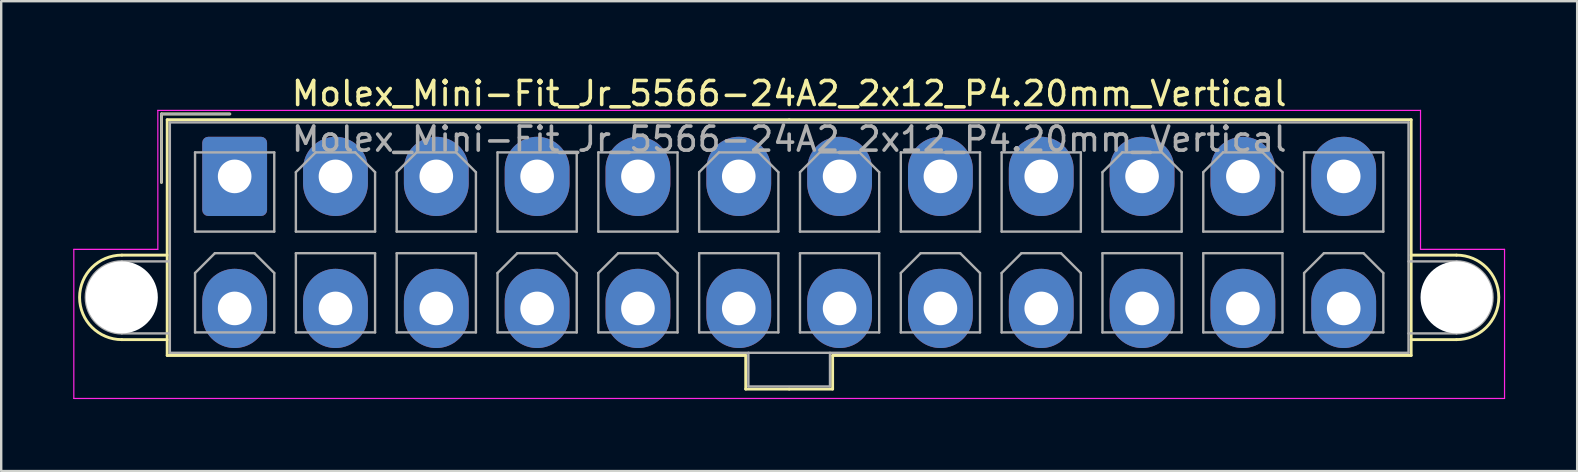
<source format=kicad_pcb>
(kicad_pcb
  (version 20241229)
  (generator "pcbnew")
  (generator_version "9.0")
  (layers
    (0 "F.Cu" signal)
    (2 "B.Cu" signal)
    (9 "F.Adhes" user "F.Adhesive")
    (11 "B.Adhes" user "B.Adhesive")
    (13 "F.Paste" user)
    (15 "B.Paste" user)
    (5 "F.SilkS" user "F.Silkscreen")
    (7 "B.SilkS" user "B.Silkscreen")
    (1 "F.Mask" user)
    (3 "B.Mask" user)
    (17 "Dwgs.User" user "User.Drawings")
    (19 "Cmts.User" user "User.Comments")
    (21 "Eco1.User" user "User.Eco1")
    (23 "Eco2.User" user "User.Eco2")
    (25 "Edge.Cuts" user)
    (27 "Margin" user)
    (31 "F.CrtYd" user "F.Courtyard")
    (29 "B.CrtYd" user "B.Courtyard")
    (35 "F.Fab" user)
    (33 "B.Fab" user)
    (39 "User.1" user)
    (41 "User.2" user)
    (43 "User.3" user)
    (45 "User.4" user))
  (footprint "Molex_Mini-Fit_Jr_5566-24A2_2x12_P4.20mm_Vertical"
    (layer "F.Cu")
    (at 6.725 4.298)
    (property "Reference" "Molex_Mini-Fit_Jr_5566-24A2_2x12_P4.20mm_Vertical" (at 23.1 -3.45 0) (layer "F.SilkS") (effects (font (size 1 1) (thickness 0.15))))
    (attr through_hole)
    (fp_line (start -4.7 3.28) (end -2.81 3.28) (stroke (width 0.12) (type solid)) (layer "F.SilkS"))
    (fp_line (start -4.7 6.8) (end -2.81 6.8) (stroke (width 0.12) (type solid)) (layer "F.SilkS"))
    (fp_line (start -3.05 -2.6) (end -3.05 0.25) (stroke (width 0.12) (type solid)) (layer "F.SilkS"))
    (fp_line (start -2.81 -2.36) (end -2.81 7.46) (stroke (width 0.12) (type solid)) (layer "F.SilkS"))
    (fp_line (start -2.81 7.46) (end 21.29 7.46) (stroke (width 0.12) (type solid)) (layer "F.SilkS"))
    (fp_line (start -0.2 -2.6) (end -3.05 -2.6) (stroke (width 0.12) (type solid)) (layer "F.SilkS"))
    (fp_line (start 21.29 7.46) (end 21.29 8.86) (stroke (width 0.12) (type solid)) (layer "F.SilkS"))
    (fp_line (start 21.29 8.86) (end 23.1 8.86) (stroke (width 0.12) (type solid)) (layer "F.SilkS"))
    (fp_line (start 23.1 -2.36) (end -2.81 -2.36) (stroke (width 0.12) (type solid)) (layer "F.SilkS"))
    (fp_line (start 23.1 -2.36) (end 49.01 -2.36) (stroke (width 0.12) (type solid)) (layer "F.SilkS"))
    (fp_line (start 24.91 7.46) (end 24.91 8.86) (stroke (width 0.12) (type solid)) (layer "F.SilkS"))
    (fp_line (start 24.91 8.86) (end 23.1 8.86) (stroke (width 0.12) (type solid)) (layer "F.SilkS"))
    (fp_line (start 49.01 -2.36) (end 49.01 7.46) (stroke (width 0.12) (type solid)) (layer "F.SilkS"))
    (fp_line (start 49.01 7.46) (end 24.91 7.46) (stroke (width 0.12) (type solid)) (layer "F.SilkS"))
    (fp_line (start 50.9 3.28) (end 49.01 3.28) (stroke (width 0.12) (type solid)) (layer "F.SilkS"))
    (fp_line (start 50.9 6.8) (end 49.01 6.8) (stroke (width 0.12) (type solid)) (layer "F.SilkS"))
    (fp_arc (start -4.7 6.8) (mid -6.46 5.04) (end -4.7 3.28) (stroke (width 0.12) (type solid)) (layer "F.SilkS"))
    (fp_arc (start 50.9 3.28) (mid 52.66 5.04) (end 50.9 6.8) (stroke (width 0.12) (type solid)) (layer "F.SilkS"))
    (fp_line (start -6.7 3.04) (end -6.7 9.25) (stroke (width 0.05) (type solid)) (layer "F.CrtYd"))
    (fp_line (start -6.7 9.25) (end 52.9 9.25) (stroke (width 0.05) (type solid)) (layer "F.CrtYd"))
    (fp_line (start -3.2 -2.75) (end -3.2 3.04) (stroke (width 0.05) (type solid)) (layer "F.CrtYd"))
    (fp_line (start -3.2 3.04) (end -6.7 3.04) (stroke (width 0.05) (type solid)) (layer "F.CrtYd"))
    (fp_line (start 49.4 -2.75) (end -3.2 -2.75) (stroke (width 0.05) (type solid)) (layer "F.CrtYd"))
    (fp_line (start 49.4 3.04) (end 49.4 -2.75) (stroke (width 0.05) (type solid)) (layer "F.CrtYd"))
    (fp_line (start 52.9 3.04) (end 49.4 3.04) (stroke (width 0.05) (type solid)) (layer "F.CrtYd"))
    (fp_line (start 52.9 9.25) (end 52.9 3.04) (stroke (width 0.05) (type solid)) (layer "F.CrtYd"))
    (fp_line (start -4.7 3.54) (end -2.7 3.54) (stroke (width 0.1) (type solid)) (layer "F.Fab"))
    (fp_line (start -4.7 6.54) (end -2.7 6.54) (stroke (width 0.1) (type solid)) (layer "F.Fab"))
    (fp_line (start -3.05 -2.6) (end -3.05 0.25) (stroke (width 0.1) (type solid)) (layer "F.Fab"))
    (fp_line (start -2.7 -2.25) (end -2.7 7.35) (stroke (width 0.1) (type solid)) (layer "F.Fab"))
    (fp_line (start -2.7 7.35) (end 48.9 7.35) (stroke (width 0.1) (type solid)) (layer "F.Fab"))
    (fp_line (start -1.65 -1) (end -1.65 2.3) (stroke (width 0.1) (type solid)) (layer "F.Fab"))
    (fp_line (start -1.65 2.3) (end 1.65 2.3) (stroke (width 0.1) (type solid)) (layer "F.Fab"))
    (fp_line (start -1.65 4.025) (end -0.825 3.2) (stroke (width 0.1) (type solid)) (layer "F.Fab"))
    (fp_line (start -1.65 6.5) (end -1.65 4.025) (stroke (width 0.1) (type solid)) (layer "F.Fab"))
    (fp_line (start -0.825 3.2) (end 0.825 3.2) (stroke (width 0.1) (type solid)) (layer "F.Fab"))
    (fp_line (start -0.2 -2.6) (end -3.05 -2.6) (stroke (width 0.1) (type solid)) (layer "F.Fab"))
    (fp_line (start 0.825 3.2) (end 1.65 4.025) (stroke (width 0.1) (type solid)) (layer "F.Fab"))
    (fp_line (start 1.65 -1) (end -1.65 -1) (stroke (width 0.1) (type solid)) (layer "F.Fab"))
    (fp_line (start 1.65 2.3) (end 1.65 -1) (stroke (width 0.1) (type solid)) (layer "F.Fab"))
    (fp_line (start 1.65 4.025) (end 1.65 6.5) (stroke (width 0.1) (type solid)) (layer "F.Fab"))
    (fp_line (start 1.65 6.5) (end -1.65 6.5) (stroke (width 0.1) (type solid)) (layer "F.Fab"))
    (fp_line (start 2.55 -0.175) (end 3.375 -1) (stroke (width 0.1) (type solid)) (layer "F.Fab"))
    (fp_line (start 2.55 2.3) (end 2.55 -0.175) (stroke (width 0.1) (type solid)) (layer "F.Fab"))
    (fp_line (start 2.55 3.2) (end 2.55 6.5) (stroke (width 0.1) (type solid)) (layer "F.Fab"))
    (fp_line (start 2.55 6.5) (end 5.85 6.5) (stroke (width 0.1) (type solid)) (layer "F.Fab"))
    (fp_line (start 3.375 -1) (end 5.025 -1) (stroke (width 0.1) (type solid)) (layer "F.Fab"))
    (fp_line (start 5.025 -1) (end 5.85 -0.175) (stroke (width 0.1) (type solid)) (layer "F.Fab"))
    (fp_line (start 5.85 -0.175) (end 5.85 2.3) (stroke (width 0.1) (type solid)) (layer "F.Fab"))
    (fp_line (start 5.85 2.3) (end 2.55 2.3) (stroke (width 0.1) (type solid)) (layer "F.Fab"))
    (fp_line (start 5.85 3.2) (end 2.55 3.2) (stroke (width 0.1) (type solid)) (layer "F.Fab"))
    (fp_line (start 5.85 6.5) (end 5.85 3.2) (stroke (width 0.1) (type solid)) (layer "F.Fab"))
    (fp_line (start 6.75 -0.175) (end 7.575 -1) (stroke (width 0.1) (type solid)) (layer "F.Fab"))
    (fp_line (start 6.75 2.3) (end 6.75 -0.175) (stroke (width 0.1) (type solid)) (layer "F.Fab"))
    (fp_line (start 6.75 3.2) (end 6.75 6.5) (stroke (width 0.1) (type solid)) (layer "F.Fab"))
    (fp_line (start 6.75 6.5) (end 10.05 6.5) (stroke (width 0.1) (type solid)) (layer "F.Fab"))
    (fp_line (start 7.575 -1) (end 9.225 -1) (stroke (width 0.1) (type solid)) (layer "F.Fab"))
    (fp_line (start 9.225 -1) (end 10.05 -0.175) (stroke (width 0.1) (type solid)) (layer "F.Fab"))
    (fp_line (start 10.05 -0.175) (end 10.05 2.3) (stroke (width 0.1) (type solid)) (layer "F.Fab"))
    (fp_line (start 10.05 2.3) (end 6.75 2.3) (stroke (width 0.1) (type solid)) (layer "F.Fab"))
    (fp_line (start 10.05 3.2) (end 6.75 3.2) (stroke (width 0.1) (type solid)) (layer "F.Fab"))
    (fp_line (start 10.05 6.5) (end 10.05 3.2) (stroke (width 0.1) (type solid)) (layer "F.Fab"))
    (fp_line (start 10.95 -1) (end 10.95 2.3) (stroke (width 0.1) (type solid)) (layer "F.Fab"))
    (fp_line (start 10.95 2.3) (end 14.25 2.3) (stroke (width 0.1) (type solid)) (layer "F.Fab"))
    (fp_line (start 10.95 4.025) (end 11.775 3.2) (stroke (width 0.1) (type solid)) (layer "F.Fab"))
    (fp_line (start 10.95 6.5) (end 10.95 4.025) (stroke (width 0.1) (type solid)) (layer "F.Fab"))
    (fp_line (start 11.775 3.2) (end 13.425 3.2) (stroke (width 0.1) (type solid)) (layer "F.Fab"))
    (fp_line (start 13.425 3.2) (end 14.25 4.025) (stroke (width 0.1) (type solid)) (layer "F.Fab"))
    (fp_line (start 14.25 -1) (end 10.95 -1) (stroke (width 0.1) (type solid)) (layer "F.Fab"))
    (fp_line (start 14.25 2.3) (end 14.25 -1) (stroke (width 0.1) (type solid)) (layer "F.Fab"))
    (fp_line (start 14.25 4.025) (end 14.25 6.5) (stroke (width 0.1) (type solid)) (layer "F.Fab"))
    (fp_line (start 14.25 6.5) (end 10.95 6.5) (stroke (width 0.1) (type solid)) (layer "F.Fab"))
    (fp_line (start 15.15 -1) (end 15.15 2.3) (stroke (width 0.1) (type solid)) (layer "F.Fab"))
    (fp_line (start 15.15 2.3) (end 18.45 2.3) (stroke (width 0.1) (type solid)) (layer "F.Fab"))
    (fp_line (start 15.15 4.025) (end 15.975 3.2) (stroke (width 0.1) (type solid)) (layer "F.Fab"))
    (fp_line (start 15.15 6.5) (end 15.15 4.025) (stroke (width 0.1) (type solid)) (layer "F.Fab"))
    (fp_line (start 15.975 3.2) (end 17.625 3.2) (stroke (width 0.1) (type solid)) (layer "F.Fab"))
    (fp_line (start 17.625 3.2) (end 18.45 4.025) (stroke (width 0.1) (type solid)) (layer "F.Fab"))
    (fp_line (start 18.45 -1) (end 15.15 -1) (stroke (width 0.1) (type solid)) (layer "F.Fab"))
    (fp_line (start 18.45 2.3) (end 18.45 -1) (stroke (width 0.1) (type solid)) (layer "F.Fab"))
    (fp_line (start 18.45 4.025) (end 18.45 6.5) (stroke (width 0.1) (type solid)) (layer "F.Fab"))
    (fp_line (start 18.45 6.5) (end 15.15 6.5) (stroke (width 0.1) (type solid)) (layer "F.Fab"))
    (fp_line (start 19.35 -0.175) (end 20.175 -1) (stroke (width 0.1) (type solid)) (layer "F.Fab"))
    (fp_line (start 19.35 2.3) (end 19.35 -0.175) (stroke (width 0.1) (type solid)) (layer "F.Fab"))
    (fp_line (start 19.35 3.2) (end 19.35 6.5) (stroke (width 0.1) (type solid)) (layer "F.Fab"))
    (fp_line (start 19.35 6.5) (end 22.65 6.5) (stroke (width 0.1) (type solid)) (layer "F.Fab"))
    (fp_line (start 20.175 -1) (end 21.825 -1) (stroke (width 0.1) (type solid)) (layer "F.Fab"))
    (fp_line (start 21.4 7.35) (end 21.4 8.75) (stroke (width 0.1) (type solid)) (layer "F.Fab"))
    (fp_line (start 21.4 8.75) (end 24.8 8.75) (stroke (width 0.1) (type solid)) (layer "F.Fab"))
    (fp_line (start 21.825 -1) (end 22.65 -0.175) (stroke (width 0.1) (type solid)) (layer "F.Fab"))
    (fp_line (start 22.65 -0.175) (end 22.65 2.3) (stroke (width 0.1) (type solid)) (layer "F.Fab"))
    (fp_line (start 22.65 2.3) (end 19.35 2.3) (stroke (width 0.1) (type solid)) (layer "F.Fab"))
    (fp_line (start 22.65 3.2) (end 19.35 3.2) (stroke (width 0.1) (type solid)) (layer "F.Fab"))
    (fp_line (start 22.65 6.5) (end 22.65 3.2) (stroke (width 0.1) (type solid)) (layer "F.Fab"))
    (fp_line (start 23.55 -0.175) (end 24.375 -1) (stroke (width 0.1) (type solid)) (layer "F.Fab"))
    (fp_line (start 23.55 2.3) (end 23.55 -0.175) (stroke (width 0.1) (type solid)) (layer "F.Fab"))
    (fp_line (start 23.55 3.2) (end 23.55 6.5) (stroke (width 0.1) (type solid)) (layer "F.Fab"))
    (fp_line (start 23.55 6.5) (end 26.85 6.5) (stroke (width 0.1) (type solid)) (layer "F.Fab"))
    (fp_line (start 24.375 -1) (end 26.025 -1) (stroke (width 0.1) (type solid)) (layer "F.Fab"))
    (fp_line (start 24.8 8.75) (end 24.8 7.35) (stroke (width 0.1) (type solid)) (layer "F.Fab"))
    (fp_line (start 26.025 -1) (end 26.85 -0.175) (stroke (width 0.1) (type solid)) (layer "F.Fab"))
    (fp_line (start 26.85 -0.175) (end 26.85 2.3) (stroke (width 0.1) (type solid)) (layer "F.Fab"))
    (fp_line (start 26.85 2.3) (end 23.55 2.3) (stroke (width 0.1) (type solid)) (layer "F.Fab"))
    (fp_line (start 26.85 3.2) (end 23.55 3.2) (stroke (width 0.1) (type solid)) (layer "F.Fab"))
    (fp_line (start 26.85 6.5) (end 26.85 3.2) (stroke (width 0.1) (type solid)) (layer "F.Fab"))
    (fp_line (start 27.75 -1) (end 27.75 2.3) (stroke (width 0.1) (type solid)) (layer "F.Fab"))
    (fp_line (start 27.75 2.3) (end 31.05 2.3) (stroke (width 0.1) (type solid)) (layer "F.Fab"))
    (fp_line (start 27.75 4.025) (end 28.575 3.2) (stroke (width 0.1) (type solid)) (layer "F.Fab"))
    (fp_line (start 27.75 6.5) (end 27.75 4.025) (stroke (width 0.1) (type solid)) (layer "F.Fab"))
    (fp_line (start 28.575 3.2) (end 30.225 3.2) (stroke (width 0.1) (type solid)) (layer "F.Fab"))
    (fp_line (start 30.225 3.2) (end 31.05 4.025) (stroke (width 0.1) (type solid)) (layer "F.Fab"))
    (fp_line (start 31.05 -1) (end 27.75 -1) (stroke (width 0.1) (type solid)) (layer "F.Fab"))
    (fp_line (start 31.05 2.3) (end 31.05 -1) (stroke (width 0.1) (type solid)) (layer "F.Fab"))
    (fp_line (start 31.05 4.025) (end 31.05 6.5) (stroke (width 0.1) (type solid)) (layer "F.Fab"))
    (fp_line (start 31.05 6.5) (end 27.75 6.5) (stroke (width 0.1) (type solid)) (layer "F.Fab"))
    (fp_line (start 31.95 -1) (end 31.95 2.3) (stroke (width 0.1) (type solid)) (layer "F.Fab"))
    (fp_line (start 31.95 2.3) (end 35.25 2.3) (stroke (width 0.1) (type solid)) (layer "F.Fab"))
    (fp_line (start 31.95 4.025) (end 32.775 3.2) (stroke (width 0.1) (type solid)) (layer "F.Fab"))
    (fp_line (start 31.95 6.5) (end 31.95 4.025) (stroke (width 0.1) (type solid)) (layer "F.Fab"))
    (fp_line (start 32.775 3.2) (end 34.425 3.2) (stroke (width 0.1) (type solid)) (layer "F.Fab"))
    (fp_line (start 34.425 3.2) (end 35.25 4.025) (stroke (width 0.1) (type solid)) (layer "F.Fab"))
    (fp_line (start 35.25 -1) (end 31.95 -1) (stroke (width 0.1) (type solid)) (layer "F.Fab"))
    (fp_line (start 35.25 2.3) (end 35.25 -1) (stroke (width 0.1) (type solid)) (layer "F.Fab"))
    (fp_line (start 35.25 4.025) (end 35.25 6.5) (stroke (width 0.1) (type solid)) (layer "F.Fab"))
    (fp_line (start 35.25 6.5) (end 31.95 6.5) (stroke (width 0.1) (type solid)) (layer "F.Fab"))
    (fp_line (start 36.15 -0.175) (end 36.975 -1) (stroke (width 0.1) (type solid)) (layer "F.Fab"))
    (fp_line (start 36.15 2.3) (end 36.15 -0.175) (stroke (width 0.1) (type solid)) (layer "F.Fab"))
    (fp_line (start 36.15 3.2) (end 36.15 6.5) (stroke (width 0.1) (type solid)) (layer "F.Fab"))
    (fp_line (start 36.15 6.5) (end 39.45 6.5) (stroke (width 0.1) (type solid)) (layer "F.Fab"))
    (fp_line (start 36.975 -1) (end 38.625 -1) (stroke (width 0.1) (type solid)) (layer "F.Fab"))
    (fp_line (start 38.625 -1) (end 39.45 -0.175) (stroke (width 0.1) (type solid)) (layer "F.Fab"))
    (fp_line (start 39.45 -0.175) (end 39.45 2.3) (stroke (width 0.1) (type solid)) (layer "F.Fab"))
    (fp_line (start 39.45 2.3) (end 36.15 2.3) (stroke (width 0.1) (type solid)) (layer "F.Fab"))
    (fp_line (start 39.45 3.2) (end 36.15 3.2) (stroke (width 0.1) (type solid)) (layer "F.Fab"))
    (fp_line (start 39.45 6.5) (end 39.45 3.2) (stroke (width 0.1) (type solid)) (layer "F.Fab"))
    (fp_line (start 40.35 -0.175) (end 41.175 -1) (stroke (width 0.1) (type solid)) (layer "F.Fab"))
    (fp_line (start 40.35 2.3) (end 40.35 -0.175) (stroke (width 0.1) (type solid)) (layer "F.Fab"))
    (fp_line (start 40.35 3.2) (end 40.35 6.5) (stroke (width 0.1) (type solid)) (layer "F.Fab"))
    (fp_line (start 40.35 6.5) (end 43.65 6.5) (stroke (width 0.1) (type solid)) (layer "F.Fab"))
    (fp_line (start 41.175 -1) (end 42.825 -1) (stroke (width 0.1) (type solid)) (layer "F.Fab"))
    (fp_line (start 42.825 -1) (end 43.65 -0.175) (stroke (width 0.1) (type solid)) (layer "F.Fab"))
    (fp_line (start 43.65 -0.175) (end 43.65 2.3) (stroke (width 0.1) (type solid)) (layer "F.Fab"))
    (fp_line (start 43.65 2.3) (end 40.35 2.3) (stroke (width 0.1) (type solid)) (layer "F.Fab"))
    (fp_line (start 43.65 3.2) (end 40.35 3.2) (stroke (width 0.1) (type solid)) (layer "F.Fab"))
    (fp_line (start 43.65 6.5) (end 43.65 3.2) (stroke (width 0.1) (type solid)) (layer "F.Fab"))
    (fp_line (start 44.55 -1) (end 44.55 2.3) (stroke (width 0.1) (type solid)) (layer "F.Fab"))
    (fp_line (start 44.55 2.3) (end 47.85 2.3) (stroke (width 0.1) (type solid)) (layer "F.Fab"))
    (fp_line (start 44.55 4.025) (end 45.375 3.2) (stroke (width 0.1) (type solid)) (layer "F.Fab"))
    (fp_line (start 44.55 6.5) (end 44.55 4.025) (stroke (width 0.1) (type solid)) (layer "F.Fab"))
    (fp_line (start 45.375 3.2) (end 47.025 3.2) (stroke (width 0.1) (type solid)) (layer "F.Fab"))
    (fp_line (start 47.025 3.2) (end 47.85 4.025) (stroke (width 0.1) (type solid)) (layer "F.Fab"))
    (fp_line (start 47.85 -1) (end 44.55 -1) (stroke (width 0.1) (type solid)) (layer "F.Fab"))
    (fp_line (start 47.85 2.3) (end 47.85 -1) (stroke (width 0.1) (type solid)) (layer "F.Fab"))
    (fp_line (start 47.85 4.025) (end 47.85 6.5) (stroke (width 0.1) (type solid)) (layer "F.Fab"))
    (fp_line (start 47.85 6.5) (end 44.55 6.5) (stroke (width 0.1) (type solid)) (layer "F.Fab"))
    (fp_line (start 48.9 -2.25) (end -2.7 -2.25) (stroke (width 0.1) (type solid)) (layer "F.Fab"))
    (fp_line (start 48.9 7.35) (end 48.9 -2.25) (stroke (width 0.1) (type solid)) (layer "F.Fab"))
    (fp_line (start 50.9 3.54) (end 48.9 3.54) (stroke (width 0.1) (type solid)) (layer "F.Fab"))
    (fp_line (start 50.9 6.54) (end 48.9 6.54) (stroke (width 0.1) (type solid)) (layer "F.Fab"))
    (fp_arc (start -4.7 6.54) (mid -6.2 5.04) (end -4.7 3.54) (stroke (width 0.1) (type solid)) (layer "F.Fab"))
    (fp_arc (start 50.9 3.54) (mid 52.4 5.04) (end 50.9 6.54) (stroke (width 0.1) (type solid)) (layer "F.Fab"))
    (fp_text user "${REFERENCE}" (at 23.1 -1.55 0) (layer "F.Fab") (effects (font (size 1 1) (thickness 0.15))))
    (pad "" np_thru_hole circle (at -4.7 5.04) (size 3 3) (drill 3) (layers "*.Cu" "*.Mask"))
    (pad "" np_thru_hole circle (at 50.9 5.04) (size 3 3) (drill 3) (layers "*.Cu" "*.Mask"))
    (pad "1" thru_hole roundrect (at 0 0) (size 2.7 3.3) (drill 1.4) (layers "*.Cu" "*.Mask") (roundrect_rratio 0.093))
    (pad "2" thru_hole oval (at 4.2 0) (size 2.7 3.3) (drill 1.4) (layers "*.Cu" "*.Mask"))
    (pad "3" thru_hole oval (at 8.4 0) (size 2.7 3.3) (drill 1.4) (layers "*.Cu" "*.Mask"))
    (pad "4" thru_hole oval (at 12.6 0) (size 2.7 3.3) (drill 1.4) (layers "*.Cu" "*.Mask"))
    (pad "5" thru_hole oval (at 16.8 0) (size 2.7 3.3) (drill 1.4) (layers "*.Cu" "*.Mask"))
    (pad "6" thru_hole oval (at 21 0) (size 2.7 3.3) (drill 1.4) (layers "*.Cu" "*.Mask"))
    (pad "7" thru_hole oval (at 25.2 0) (size 2.7 3.3) (drill 1.4) (layers "*.Cu" "*.Mask"))
    (pad "8" thru_hole oval (at 29.4 0) (size 2.7 3.3) (drill 1.4) (layers "*.Cu" "*.Mask"))
    (pad "9" thru_hole oval (at 33.6 0) (size 2.7 3.3) (drill 1.4) (layers "*.Cu" "*.Mask"))
    (pad "10" thru_hole oval (at 37.8 0) (size 2.7 3.3) (drill 1.4) (layers "*.Cu" "*.Mask"))
    (pad "11" thru_hole oval (at 42 0) (size 2.7 3.3) (drill 1.4) (layers "*.Cu" "*.Mask"))
    (pad "12" thru_hole oval (at 46.2 0) (size 2.7 3.3) (drill 1.4) (layers "*.Cu" "*.Mask"))
    (pad "13" thru_hole oval (at 0 5.5) (size 2.7 3.3) (drill 1.4) (layers "*.Cu" "*.Mask"))
    (pad "14" thru_hole oval (at 4.2 5.5) (size 2.7 3.3) (drill 1.4) (layers "*.Cu" "*.Mask"))
    (pad "15" thru_hole oval (at 8.4 5.5) (size 2.7 3.3) (drill 1.4) (layers "*.Cu" "*.Mask"))
    (pad "16" thru_hole oval (at 12.6 5.5) (size 2.7 3.3) (drill 1.4) (layers "*.Cu" "*.Mask"))
    (pad "17" thru_hole oval (at 16.8 5.5) (size 2.7 3.3) (drill 1.4) (layers "*.Cu" "*.Mask"))
    (pad "18" thru_hole oval (at 21 5.5) (size 2.7 3.3) (drill 1.4) (layers "*.Cu" "*.Mask"))
    (pad "19" thru_hole oval (at 25.2 5.5) (size 2.7 3.3) (drill 1.4) (layers "*.Cu" "*.Mask"))
    (pad "20" thru_hole oval (at 29.4 5.5) (size 2.7 3.3) (drill 1.4) (layers "*.Cu" "*.Mask"))
    (pad "21" thru_hole oval (at 33.6 5.5) (size 2.7 3.3) (drill 1.4) (layers "*.Cu" "*.Mask"))
    (pad "22" thru_hole oval (at 37.8 5.5) (size 2.7 3.3) (drill 1.4) (layers "*.Cu" "*.Mask"))
    (pad "23" thru_hole oval (at 42 5.5) (size 2.7 3.3) (drill 1.4) (layers "*.Cu" "*.Mask"))
    (pad "24" thru_hole oval (at 46.2 5.5) (size 2.7 3.3) (drill 1.4) (layers "*.Cu" "*.Mask")))
  (gr_rect
    (start -3 -3)
    (end 62.65 16.573)
    (stroke (width 0.1) (type default))
    (fill no)
    (layer "Edge.Cuts")))
</source>
